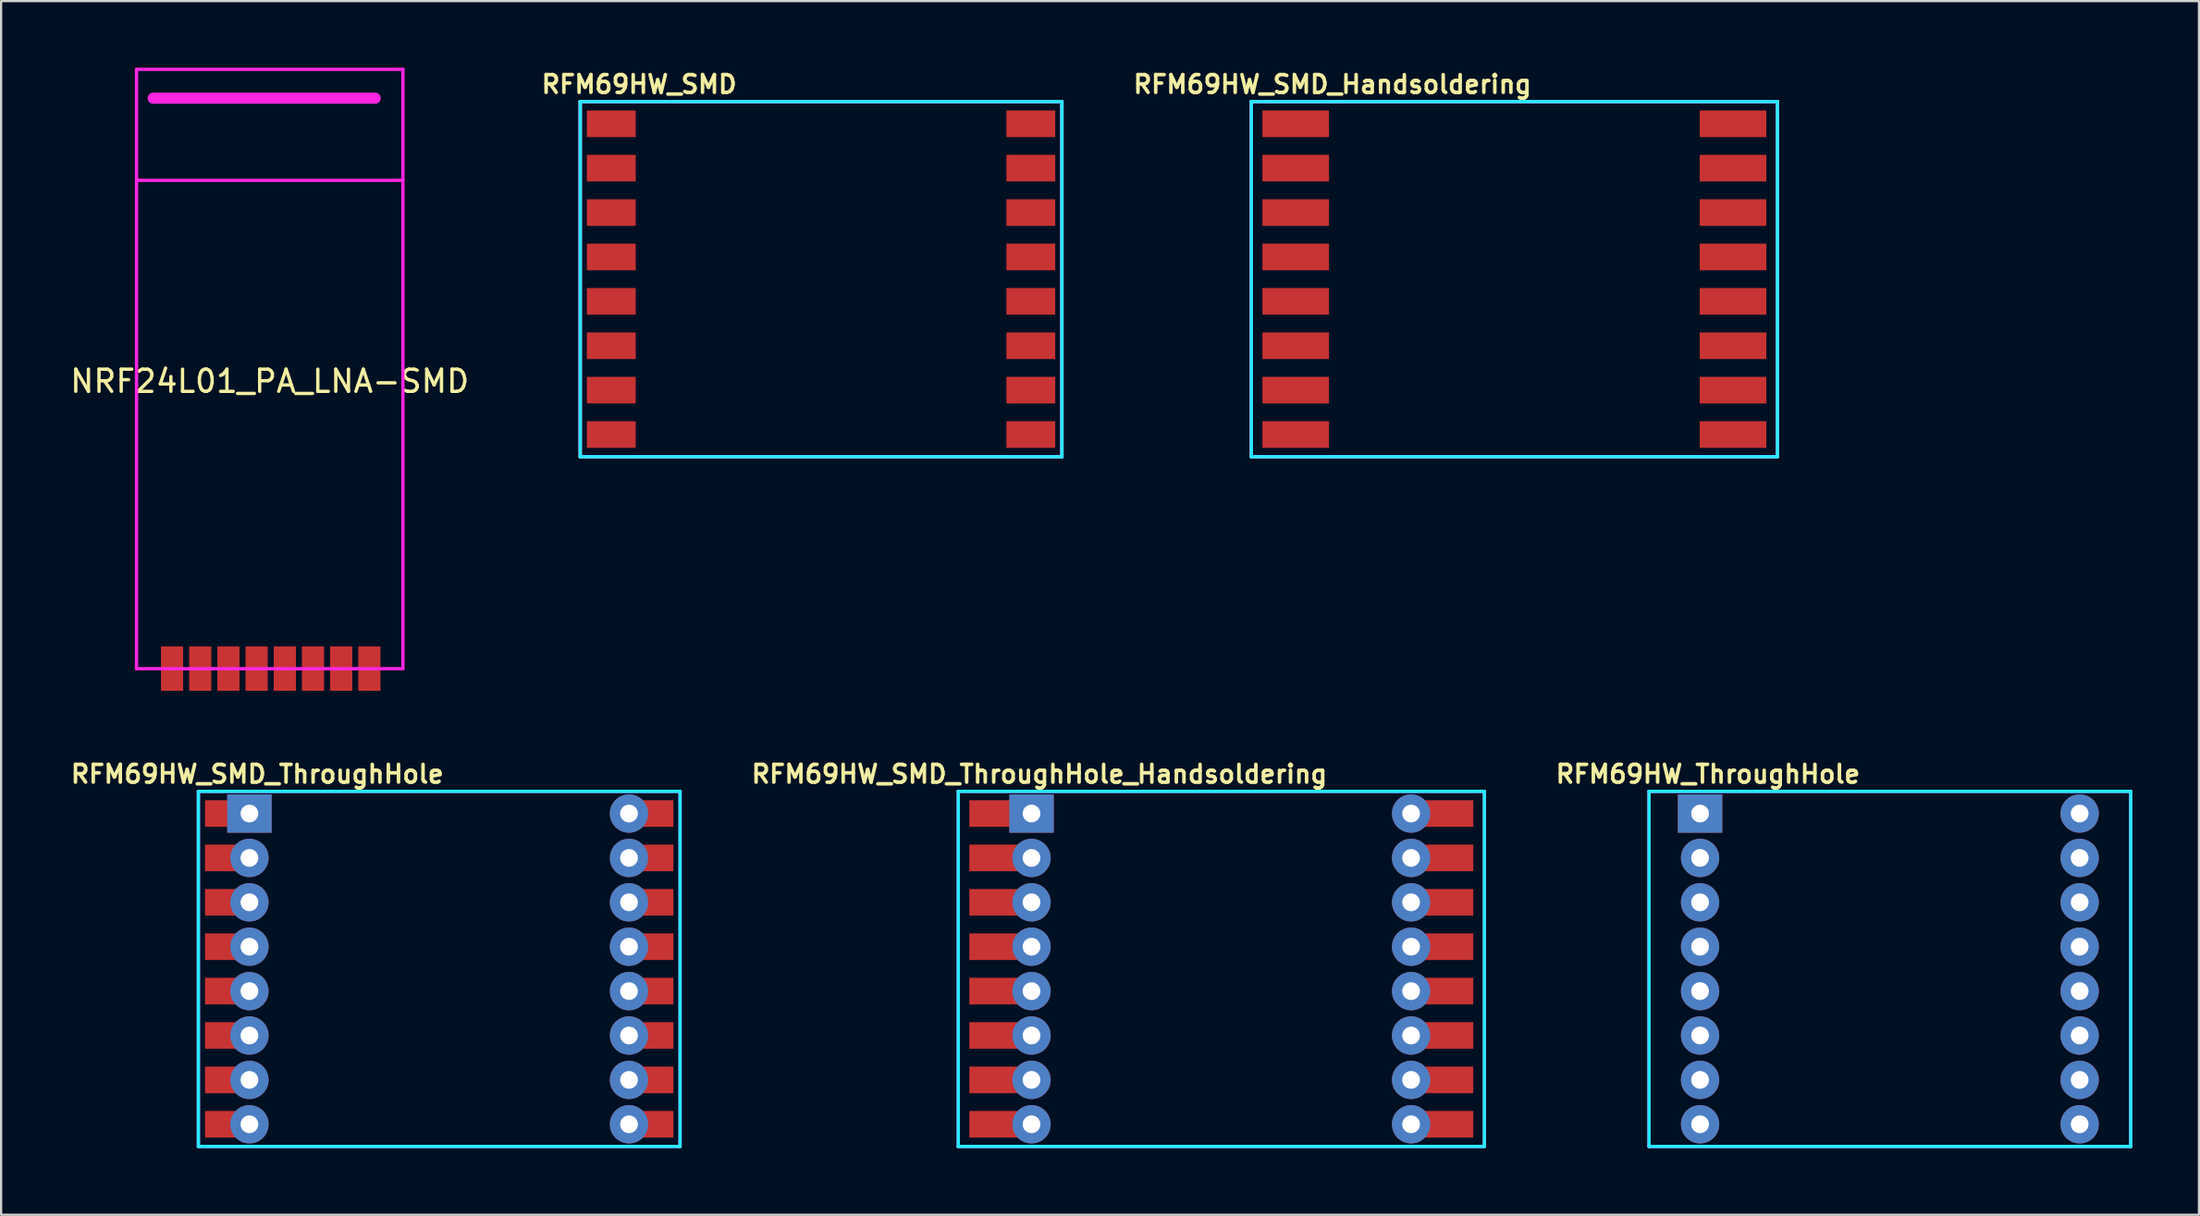
<source format=kicad_pcb>
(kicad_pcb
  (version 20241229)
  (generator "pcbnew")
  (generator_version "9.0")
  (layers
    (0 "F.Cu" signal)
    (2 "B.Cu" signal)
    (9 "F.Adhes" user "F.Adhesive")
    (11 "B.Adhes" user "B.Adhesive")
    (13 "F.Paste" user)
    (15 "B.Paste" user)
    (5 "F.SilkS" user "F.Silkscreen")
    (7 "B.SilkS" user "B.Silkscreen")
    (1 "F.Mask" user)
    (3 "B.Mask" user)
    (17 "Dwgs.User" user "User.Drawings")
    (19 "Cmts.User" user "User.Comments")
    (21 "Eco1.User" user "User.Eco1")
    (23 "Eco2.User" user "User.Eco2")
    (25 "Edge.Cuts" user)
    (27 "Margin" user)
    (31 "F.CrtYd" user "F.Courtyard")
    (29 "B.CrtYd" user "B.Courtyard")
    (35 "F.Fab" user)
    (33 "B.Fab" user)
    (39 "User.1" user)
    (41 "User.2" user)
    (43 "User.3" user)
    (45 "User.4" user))
  (footprint "RFM69HW_SMD_ThroughHole_Handsoldering"
    (layer "F.Cu")
    (at 43.52 33.602)
    (property "Reference" "RFM69HW_SMD_ThroughHole_Handsoldering" (at 0.254 -1.778 0) (layer "F.SilkS") (effects (font (size 0.8 0.8) (thickness 0.16))))
    (attr through_hole)
    (fp_line (start -3.4 -1) (end -3.4 15) (stroke (width 0.15) (type solid)) (layer "B.CrtYd"))
    (fp_line (start -3.4 -1) (end 20.3 -1) (stroke (width 0.15) (type solid)) (layer "B.CrtYd"))
    (fp_line (start -3.4 15) (end 20.3 15) (stroke (width 0.15) (type solid)) (layer "B.CrtYd"))
    (fp_line (start 20.3 -1) (end 20.3 15) (stroke (width 0.15) (type solid)) (layer "B.CrtYd"))
    (fp_line (start -3.4 -1) (end -3.4 15) (stroke (width 0.15) (type solid)) (layer "F.CrtYd"))
    (fp_line (start -3.4 -1) (end 20.3 -1) (stroke (width 0.15) (type solid)) (layer "F.CrtYd"))
    (fp_line (start -3.4 15) (end 20.3 15) (stroke (width 0.15) (type solid)) (layer "F.CrtYd"))
    (fp_line (start 20.3 -1) (end 20.3 15) (stroke (width 0.15) (type solid)) (layer "F.CrtYd"))
    (pad "1" smd rect (at -1.4 0) (size 3 1.2) (layers "F.Cu" "F.Mask" "F.Paste"))
    (pad "1" thru_hole rect (at -0.1 0) (size 2 1.727) (drill 0.8) (layers "*.Cu" "*.Mask"))
    (pad "2" smd rect (at -1.4 2) (size 3 1.2) (layers "F.Cu" "F.Mask" "F.Paste"))
    (pad "2" thru_hole circle (at -0.1 2) (size 1.727 1.727) (drill 0.8) (layers "*.Cu" "*.Mask"))
    (pad "3" smd rect (at -1.4 4) (size 3 1.2) (layers "F.Cu" "F.Mask" "F.Paste"))
    (pad "3" thru_hole circle (at -0.1 4) (size 1.727 1.727) (drill 0.8) (layers "*.Cu" "*.Mask"))
    (pad "4" smd rect (at -1.4 6) (size 3 1.2) (layers "F.Cu" "F.Mask" "F.Paste"))
    (pad "4" thru_hole circle (at -0.1 6) (size 1.727 1.727) (drill 0.8) (layers "*.Cu" "*.Mask"))
    (pad "5" smd rect (at -1.4 8) (size 3 1.2) (layers "F.Cu" "F.Mask" "F.Paste"))
    (pad "5" thru_hole circle (at -0.1 8) (size 1.727 1.727) (drill 0.8) (layers "*.Cu" "*.Mask"))
    (pad "6" smd rect (at -1.4 10) (size 3 1.2) (layers "F.Cu" "F.Mask" "F.Paste"))
    (pad "6" thru_hole circle (at -0.1 10) (size 1.727 1.727) (drill 0.8) (layers "*.Cu" "*.Mask"))
    (pad "7" smd rect (at -1.4 12) (size 3 1.2) (layers "F.Cu" "F.Mask" "F.Paste"))
    (pad "7" thru_hole circle (at -0.1 12) (size 1.727 1.727) (drill 0.8) (layers "*.Cu" "*.Mask"))
    (pad "8" smd rect (at -1.4 14) (size 3 1.2) (layers "F.Cu" "F.Mask" "F.Paste"))
    (pad "8" thru_hole circle (at -0.1 14) (size 1.727 1.727) (drill 0.8) (layers "*.Cu" "*.Mask"))
    (pad "9" thru_hole circle (at 17 14) (size 1.727 1.727) (drill 0.8) (layers "*.Cu" "*.Mask"))
    (pad "9" smd rect (at 18.3 14) (size 3 1.2) (layers "F.Cu" "F.Mask" "F.Paste"))
    (pad "10" thru_hole circle (at 17 12) (size 1.727 1.727) (drill 0.8) (layers "*.Cu" "*.Mask"))
    (pad "10" smd rect (at 18.3 12) (size 3 1.2) (layers "F.Cu" "F.Mask" "F.Paste"))
    (pad "11" thru_hole circle (at 17 10) (size 1.727 1.727) (drill 0.8) (layers "*.Cu" "*.Mask"))
    (pad "11" smd rect (at 18.3 10) (size 3 1.2) (layers "F.Cu" "F.Mask" "F.Paste"))
    (pad "12" thru_hole circle (at 17 8) (size 1.727 1.727) (drill 0.8) (layers "*.Cu" "*.Mask"))
    (pad "12" smd rect (at 18.3 8) (size 3 1.2) (layers "F.Cu" "F.Mask" "F.Paste"))
    (pad "13" thru_hole circle (at 17 6) (size 1.727 1.727) (drill 0.8) (layers "*.Cu" "*.Mask"))
    (pad "13" smd rect (at 18.3 6) (size 3 1.2) (layers "F.Cu" "F.Mask" "F.Paste"))
    (pad "14" thru_hole circle (at 17 4) (size 1.727 1.727) (drill 0.8) (layers "*.Cu" "*.Mask"))
    (pad "14" smd rect (at 18.3 4) (size 3 1.2) (layers "F.Cu" "F.Mask" "F.Paste"))
    (pad "15" thru_hole circle (at 17 2) (size 1.727 1.727) (drill 0.8) (layers "*.Cu" "*.Mask"))
    (pad "15" smd rect (at 18.3 2) (size 3 1.2) (layers "F.Cu" "F.Mask" "F.Paste"))
    (pad "16" thru_hole circle (at 17 0) (size 1.727 1.727) (drill 0.8) (layers "*.Cu" "*.Mask"))
    (pad "16" smd rect (at 18.3 0) (size 3 1.2) (layers "F.Cu" "F.Mask" "F.Paste")))
  (footprint "RFM69HW_SMD_ThroughHole"
    (layer "F.Cu")
    (at 8.287 33.602)
    (property "Reference" "RFM69HW_SMD_ThroughHole" (at 0.254 -1.778 0) (layer "F.SilkS") (effects (font (size 0.8 0.8) (thickness 0.16))))
    (attr through_hole)
    (fp_line (start -2.4 -1) (end -2.4 15) (stroke (width 0.15) (type solid)) (layer "B.CrtYd"))
    (fp_line (start -2.4 -1) (end 19.3 -1) (stroke (width 0.15) (type solid)) (layer "B.CrtYd"))
    (fp_line (start -2.4 15) (end 19.3 15) (stroke (width 0.15) (type solid)) (layer "B.CrtYd"))
    (fp_line (start 19.3 -1) (end 19.3 15) (stroke (width 0.15) (type solid)) (layer "B.CrtYd"))
    (fp_line (start -2.4 -1) (end -2.4 15) (stroke (width 0.15) (type solid)) (layer "F.CrtYd"))
    (fp_line (start -2.4 -1) (end 19.3 -1) (stroke (width 0.15) (type solid)) (layer "F.CrtYd"))
    (fp_line (start -2.4 15) (end 19.3 15) (stroke (width 0.15) (type solid)) (layer "F.CrtYd"))
    (fp_line (start 19.3 -1) (end 19.3 15) (stroke (width 0.15) (type solid)) (layer "F.CrtYd"))
    (pad "1" smd rect (at -1 0) (size 2.2 1.2) (layers "F.Cu" "F.Mask" "F.Paste"))
    (pad "1" thru_hole rect (at -0.1 0) (size 2 1.727) (drill 0.8) (layers "*.Cu" "*.Mask"))
    (pad "2" smd rect (at -1 2) (size 2.2 1.2) (layers "F.Cu" "F.Mask" "F.Paste"))
    (pad "2" thru_hole circle (at -0.1 2) (size 1.727 1.727) (drill 0.8) (layers "*.Cu" "*.Mask"))
    (pad "3" smd rect (at -1 4) (size 2.2 1.2) (layers "F.Cu" "F.Mask" "F.Paste"))
    (pad "3" thru_hole circle (at -0.1 4) (size 1.727 1.727) (drill 0.8) (layers "*.Cu" "*.Mask"))
    (pad "4" smd rect (at -1 6) (size 2.2 1.2) (layers "F.Cu" "F.Mask" "F.Paste"))
    (pad "4" thru_hole circle (at -0.1 6) (size 1.727 1.727) (drill 0.8) (layers "*.Cu" "*.Mask"))
    (pad "5" smd rect (at -1 8) (size 2.2 1.2) (layers "F.Cu" "F.Mask" "F.Paste"))
    (pad "5" thru_hole circle (at -0.1 8) (size 1.727 1.727) (drill 0.8) (layers "*.Cu" "*.Mask"))
    (pad "6" smd rect (at -1 10) (size 2.2 1.2) (layers "F.Cu" "F.Mask" "F.Paste"))
    (pad "6" thru_hole circle (at -0.1 10) (size 1.727 1.727) (drill 0.8) (layers "*.Cu" "*.Mask"))
    (pad "7" smd rect (at -1 12) (size 2.2 1.2) (layers "F.Cu" "F.Mask" "F.Paste"))
    (pad "7" thru_hole circle (at -0.1 12) (size 1.727 1.727) (drill 0.8) (layers "*.Cu" "*.Mask"))
    (pad "8" smd rect (at -1 14) (size 2.2 1.2) (layers "F.Cu" "F.Mask" "F.Paste"))
    (pad "8" thru_hole circle (at -0.1 14) (size 1.727 1.727) (drill 0.8) (layers "*.Cu" "*.Mask"))
    (pad "9" thru_hole circle (at 17 14) (size 1.727 1.727) (drill 0.8) (layers "*.Cu" "*.Mask"))
    (pad "9" smd rect (at 17.9 14) (size 2.2 1.2) (layers "F.Cu" "F.Mask" "F.Paste"))
    (pad "10" thru_hole circle (at 17 12) (size 1.727 1.727) (drill 0.8) (layers "*.Cu" "*.Mask"))
    (pad "10" smd rect (at 17.9 12) (size 2.2 1.2) (layers "F.Cu" "F.Mask" "F.Paste"))
    (pad "11" thru_hole circle (at 17 10) (size 1.727 1.727) (drill 0.8) (layers "*.Cu" "*.Mask"))
    (pad "11" smd rect (at 17.9 10) (size 2.2 1.2) (layers "F.Cu" "F.Mask" "F.Paste"))
    (pad "12" thru_hole circle (at 17 8) (size 1.727 1.727) (drill 0.8) (layers "*.Cu" "*.Mask"))
    (pad "12" smd rect (at 17.9 8) (size 2.2 1.2) (layers "F.Cu" "F.Mask" "F.Paste"))
    (pad "13" thru_hole circle (at 17 6) (size 1.727 1.727) (drill 0.8) (layers "*.Cu" "*.Mask"))
    (pad "13" smd rect (at 17.9 6) (size 2.2 1.2) (layers "F.Cu" "F.Mask" "F.Paste"))
    (pad "14" thru_hole circle (at 17 4) (size 1.727 1.727) (drill 0.8) (layers "*.Cu" "*.Mask"))
    (pad "14" smd rect (at 17.9 4) (size 2.2 1.2) (layers "F.Cu" "F.Mask" "F.Paste"))
    (pad "15" thru_hole circle (at 17 2) (size 1.727 1.727) (drill 0.8) (layers "*.Cu" "*.Mask"))
    (pad "15" smd rect (at 17.9 2) (size 2.2 1.2) (layers "F.Cu" "F.Mask" "F.Paste"))
    (pad "16" thru_hole circle (at 17 0) (size 1.727 1.727) (drill 0.8) (layers "*.Cu" "*.Mask"))
    (pad "16" smd rect (at 17.9 0) (size 2.2 1.2) (layers "F.Cu" "F.Mask" "F.Paste")))
  (footprint "RFM69HW_ThroughHole"
    (layer "F.Cu")
    (at 73.639 33.602)
    (property "Reference" "RFM69HW_ThroughHole" (at 0.254 -1.778 0) (layer "F.SilkS") (effects (font (size 0.8 0.8) (thickness 0.16))))
    (attr through_hole)
    (fp_line (start -2.4 -1) (end -2.4 15) (stroke (width 0.15) (type solid)) (layer "B.CrtYd"))
    (fp_line (start -2.4 -1) (end 19.3 -1) (stroke (width 0.15) (type solid)) (layer "B.CrtYd"))
    (fp_line (start -2.4 15) (end 19.3 15) (stroke (width 0.15) (type solid)) (layer "B.CrtYd"))
    (fp_line (start 19.3 -1) (end 19.3 15) (stroke (width 0.15) (type solid)) (layer "B.CrtYd"))
    (fp_line (start -2.4 -1) (end -2.4 15) (stroke (width 0.15) (type solid)) (layer "F.CrtYd"))
    (fp_line (start -2.4 -1) (end 19.3 -1) (stroke (width 0.15) (type solid)) (layer "F.CrtYd"))
    (fp_line (start -2.4 15) (end 19.3 15) (stroke (width 0.15) (type solid)) (layer "F.CrtYd"))
    (fp_line (start 19.3 -1) (end 19.3 15) (stroke (width 0.15) (type solid)) (layer "F.CrtYd"))
    (pad "1" thru_hole rect (at -0.1 0) (size 2 1.727) (drill 0.8) (layers "*.Cu" "*.Mask"))
    (pad "2" thru_hole circle (at -0.1 2) (size 1.727 1.727) (drill 0.8) (layers "*.Cu" "*.Mask"))
    (pad "3" thru_hole circle (at -0.1 4) (size 1.727 1.727) (drill 0.8) (layers "*.Cu" "*.Mask"))
    (pad "4" thru_hole circle (at -0.1 6) (size 1.727 1.727) (drill 0.8) (layers "*.Cu" "*.Mask"))
    (pad "5" thru_hole circle (at -0.1 8) (size 1.727 1.727) (drill 0.8) (layers "*.Cu" "*.Mask"))
    (pad "6" thru_hole circle (at -0.1 10) (size 1.727 1.727) (drill 0.8) (layers "*.Cu" "*.Mask"))
    (pad "7" thru_hole circle (at -0.1 12) (size 1.727 1.727) (drill 0.8) (layers "*.Cu" "*.Mask"))
    (pad "8" thru_hole circle (at -0.1 14) (size 1.727 1.727) (drill 0.8) (layers "*.Cu" "*.Mask"))
    (pad "9" thru_hole circle (at 17 14) (size 1.727 1.727) (drill 0.8) (layers "*.Cu" "*.Mask"))
    (pad "10" thru_hole circle (at 17 12) (size 1.727 1.727) (drill 0.8) (layers "*.Cu" "*.Mask"))
    (pad "11" thru_hole circle (at 17 10) (size 1.727 1.727) (drill 0.8) (layers "*.Cu" "*.Mask"))
    (pad "12" thru_hole circle (at 17 8) (size 1.727 1.727) (drill 0.8) (layers "*.Cu" "*.Mask"))
    (pad "13" thru_hole circle (at 17 6) (size 1.727 1.727) (drill 0.8) (layers "*.Cu" "*.Mask"))
    (pad "14" thru_hole circle (at 17 4) (size 1.727 1.727) (drill 0.8) (layers "*.Cu" "*.Mask"))
    (pad "15" thru_hole circle (at 17 2) (size 1.727 1.727) (drill 0.8) (layers "*.Cu" "*.Mask"))
    (pad "16" thru_hole circle (at 17 0) (size 1.727 1.727) (drill 0.8) (layers "*.Cu" "*.Mask")))
  (footprint "RFM69HW_SMD"
    (layer "F.Cu")
    (at 25.489 2.527)
    (property "Reference" "RFM69HW_SMD" (at 0.254 -1.778 0) (layer "F.SilkS") (effects (font (size 0.8 0.8) (thickness 0.16))))
    (attr through_hole)
    (fp_line (start -2.4 -1) (end 19.3 -1) (stroke (width 0.15) (type solid)) (layer "F.SilkS"))
    (fp_line (start -2.4 15) (end -2.4 -1) (stroke (width 0.15) (type solid)) (layer "F.SilkS"))
    (fp_line (start 19.3 -1) (end 19.3 15) (stroke (width 0.15) (type solid)) (layer "F.SilkS"))
    (fp_line (start 19.3 15) (end -2.4 15) (stroke (width 0.15) (type solid)) (layer "F.SilkS"))
    (fp_line (start -2.4 -1) (end -2.4 15) (stroke (width 0.15) (type solid)) (layer "B.CrtYd"))
    (fp_line (start -2.4 -1) (end 19.3 -1) (stroke (width 0.15) (type solid)) (layer "B.CrtYd"))
    (fp_line (start -2.4 15) (end 19.3 15) (stroke (width 0.15) (type solid)) (layer "B.CrtYd"))
    (fp_line (start 19.3 -1) (end 19.3 15) (stroke (width 0.15) (type solid)) (layer "B.CrtYd"))
    (fp_line (start -2.4 -1) (end -2.4 15) (stroke (width 0.15) (type solid)) (layer "F.CrtYd"))
    (fp_line (start -2.4 -1) (end 19.3 -1) (stroke (width 0.15) (type solid)) (layer "F.CrtYd"))
    (fp_line (start -2.4 15) (end 19.3 15) (stroke (width 0.15) (type solid)) (layer "F.CrtYd"))
    (fp_line (start 19.3 -1) (end 19.3 15) (stroke (width 0.15) (type solid)) (layer "F.CrtYd"))
    (pad "1" smd rect (at -1 0) (size 2.2 1.2) (layers "F.Cu" "F.Mask" "F.Paste"))
    (pad "2" smd rect (at -1 2) (size 2.2 1.2) (layers "F.Cu" "F.Mask" "F.Paste"))
    (pad "3" smd rect (at -1 4) (size 2.2 1.2) (layers "F.Cu" "F.Mask" "F.Paste"))
    (pad "4" smd rect (at -1 6) (size 2.2 1.2) (layers "F.Cu" "F.Mask" "F.Paste"))
    (pad "5" smd rect (at -1 8) (size 2.2 1.2) (layers "F.Cu" "F.Mask" "F.Paste"))
    (pad "6" smd rect (at -1 10) (size 2.2 1.2) (layers "F.Cu" "F.Mask" "F.Paste"))
    (pad "7" smd rect (at -1 12) (size 2.2 1.2) (layers "F.Cu" "F.Mask" "F.Paste"))
    (pad "8" smd rect (at -1 14) (size 2.2 1.2) (layers "F.Cu" "F.Mask" "F.Paste"))
    (pad "9" smd rect (at 17.9 14) (size 2.2 1.2) (layers "F.Cu" "F.Mask" "F.Paste"))
    (pad "10" smd rect (at 17.9 12) (size 2.2 1.2) (layers "F.Cu" "F.Mask" "F.Paste"))
    (pad "11" smd rect (at 17.9 10) (size 2.2 1.2) (layers "F.Cu" "F.Mask" "F.Paste"))
    (pad "12" smd rect (at 17.9 8) (size 2.2 1.2) (layers "F.Cu" "F.Mask" "F.Paste"))
    (pad "13" smd rect (at 17.9 6) (size 2.2 1.2) (layers "F.Cu" "F.Mask" "F.Paste"))
    (pad "14" smd rect (at 17.9 4) (size 2.2 1.2) (layers "F.Cu" "F.Mask" "F.Paste"))
    (pad "15" smd rect (at 17.9 2) (size 2.2 1.2) (layers "F.Cu" "F.Mask" "F.Paste"))
    (pad "16" smd rect (at 17.9 0) (size 2.2 1.2) (layers "F.Cu" "F.Mask" "F.Paste")))
  (footprint "RFM69HW_SMD_Handsoldering"
    (layer "F.Cu")
    (at 56.723 2.527)
    (property "Reference" "RFM69HW_SMD_Handsoldering" (at 0.254 -1.778 0) (layer "F.SilkS") (effects (font (size 0.8 0.8) (thickness 0.16))))
    (attr through_hole)
    (fp_line (start -3.4 -1) (end 20.3 -1) (stroke (width 0.15) (type solid)) (layer "F.SilkS"))
    (fp_line (start -3.4 15) (end -3.4 -1) (stroke (width 0.15) (type solid)) (layer "F.SilkS"))
    (fp_line (start 20.3 -1) (end 20.3 15) (stroke (width 0.15) (type solid)) (layer "F.SilkS"))
    (fp_line (start 20.3 15) (end -3.4 15) (stroke (width 0.15) (type solid)) (layer "F.SilkS"))
    (fp_line (start -3.4 -1) (end -3.4 15) (stroke (width 0.15) (type solid)) (layer "B.CrtYd"))
    (fp_line (start -3.4 -1) (end 20.3 -1) (stroke (width 0.15) (type solid)) (layer "B.CrtYd"))
    (fp_line (start -3.4 15) (end 20.3 15) (stroke (width 0.15) (type solid)) (layer "B.CrtYd"))
    (fp_line (start 20.3 -1) (end 20.3 15) (stroke (width 0.15) (type solid)) (layer "B.CrtYd"))
    (fp_line (start -3.4 -1) (end -3.4 15) (stroke (width 0.15) (type solid)) (layer "F.CrtYd"))
    (fp_line (start -3.4 -1) (end 20.3 -1) (stroke (width 0.15) (type solid)) (layer "F.CrtYd"))
    (fp_line (start -3.4 15) (end 20.3 15) (stroke (width 0.15) (type solid)) (layer "F.CrtYd"))
    (fp_line (start 20.3 -1) (end 20.3 15) (stroke (width 0.15) (type solid)) (layer "F.CrtYd"))
    (pad "1" smd rect (at -1.4 0) (size 3 1.2) (layers "F.Cu" "F.Mask" "F.Paste"))
    (pad "2" smd rect (at -1.4 2) (size 3 1.2) (layers "F.Cu" "F.Mask" "F.Paste"))
    (pad "3" smd rect (at -1.4 4) (size 3 1.2) (layers "F.Cu" "F.Mask" "F.Paste"))
    (pad "4" smd rect (at -1.4 6) (size 3 1.2) (layers "F.Cu" "F.Mask" "F.Paste"))
    (pad "5" smd rect (at -1.4 8) (size 3 1.2) (layers "F.Cu" "F.Mask" "F.Paste"))
    (pad "6" smd rect (at -1.4 10) (size 3 1.2) (layers "F.Cu" "F.Mask" "F.Paste"))
    (pad "7" smd rect (at -1.4 12) (size 3 1.2) (layers "F.Cu" "F.Mask" "F.Paste"))
    (pad "8" smd rect (at -1.4 14) (size 3 1.2) (layers "F.Cu" "F.Mask" "F.Paste"))
    (pad "9" smd rect (at 18.3 14) (size 3 1.2) (layers "F.Cu" "F.Mask" "F.Paste"))
    (pad "10" smd rect (at 18.3 12) (size 3 1.2) (layers "F.Cu" "F.Mask" "F.Paste"))
    (pad "11" smd rect (at 18.3 10) (size 3 1.2) (layers "F.Cu" "F.Mask" "F.Paste"))
    (pad "12" smd rect (at 18.3 8) (size 3 1.2) (layers "F.Cu" "F.Mask" "F.Paste"))
    (pad "13" smd rect (at 18.3 6) (size 3 1.2) (layers "F.Cu" "F.Mask" "F.Paste"))
    (pad "14" smd rect (at 18.3 4) (size 3 1.2) (layers "F.Cu" "F.Mask" "F.Paste"))
    (pad "15" smd rect (at 18.3 2) (size 3 1.2) (layers "F.Cu" "F.Mask" "F.Paste"))
    (pad "16" smd rect (at 18.3 0) (size 3 1.2) (layers "F.Cu" "F.Mask" "F.Paste")))
  (footprint "NRF24L01_PA_LNA-SMD"
    (layer "F.Cu")
    (at 9.101 18.375)
    (property "Reference" "NRF24L01_PA_LNA-SMD" (at 0 -4.25 0) (layer "F.SilkS") (effects (font (size 1 1) (thickness 0.15))))
    (attr through_hole)
    (fp_line (start -6 -18.3) (end 6 -18.3) (stroke (width 0.15) (type solid)) (layer "F.CrtYd"))
    (fp_line (start -6 -13.3) (end 6 -13.3) (stroke (width 0.15) (type solid)) (layer "F.CrtYd"))
    (fp_line (start -6 8.7) (end -6 -18.3) (stroke (width 0.15) (type solid)) (layer "F.CrtYd"))
    (fp_line (start -5.25 -17) (end 4.75 -17) (stroke (width 0.5) (type solid)) (layer "F.CrtYd"))
    (fp_line (start 6 -18.3) (end 6 8.7) (stroke (width 0.15) (type solid)) (layer "F.CrtYd"))
    (fp_line (start 6 8.7) (end -6 8.7) (stroke (width 0.15) (type solid)) (layer "F.CrtYd"))
    (pad "1" smd rect (at 4.49 8.7) (size 1 2) (layers "F.Cu" "F.Mask" "F.Paste"))
    (pad "2" smd rect (at -4.4 8.7) (size 1 2) (layers "F.Cu" "F.Mask" "F.Paste"))
    (pad "3" smd rect (at -3.13 8.7) (size 1 2) (layers "F.Cu" "F.Mask" "F.Paste"))
    (pad "4" smd rect (at -1.86 8.7) (size 1 2) (layers "F.Cu" "F.Mask" "F.Paste"))
    (pad "5" smd rect (at -0.59 8.7) (size 1 2) (layers "F.Cu" "F.Mask" "F.Paste"))
    (pad "6" smd rect (at 0.68 8.7) (size 1 2) (layers "F.Cu" "F.Mask" "F.Paste"))
    (pad "7" smd rect (at 1.95 8.7) (size 1 2) (layers "F.Cu" "F.Mask" "F.Paste"))
    (pad "8" smd rect (at 3.22 8.7) (size 1 2) (layers "F.Cu" "F.Mask" "F.Paste")))
  (gr_rect
    (start -3 -3)
    (end 96.014 51.677)
    (stroke (width 0.1) (type default))
    (fill no)
    (layer "Edge.Cuts")))
</source>
